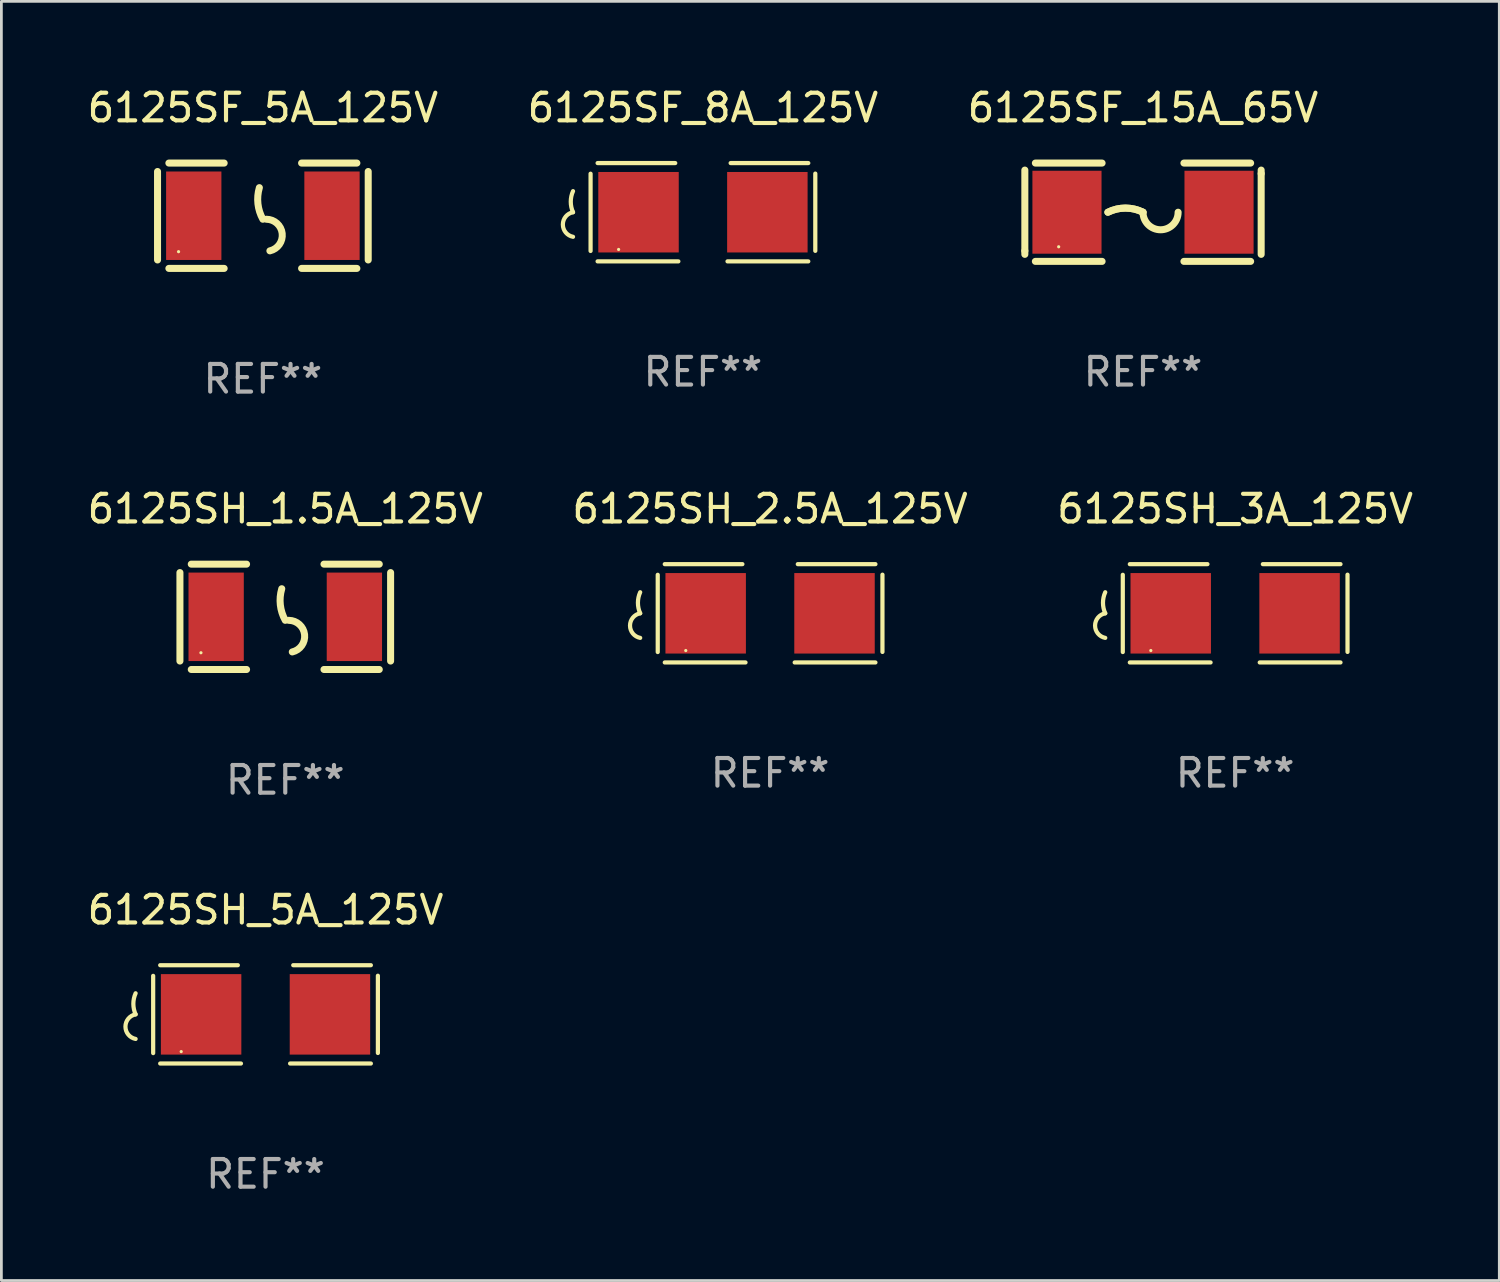
<source format=kicad_pcb>
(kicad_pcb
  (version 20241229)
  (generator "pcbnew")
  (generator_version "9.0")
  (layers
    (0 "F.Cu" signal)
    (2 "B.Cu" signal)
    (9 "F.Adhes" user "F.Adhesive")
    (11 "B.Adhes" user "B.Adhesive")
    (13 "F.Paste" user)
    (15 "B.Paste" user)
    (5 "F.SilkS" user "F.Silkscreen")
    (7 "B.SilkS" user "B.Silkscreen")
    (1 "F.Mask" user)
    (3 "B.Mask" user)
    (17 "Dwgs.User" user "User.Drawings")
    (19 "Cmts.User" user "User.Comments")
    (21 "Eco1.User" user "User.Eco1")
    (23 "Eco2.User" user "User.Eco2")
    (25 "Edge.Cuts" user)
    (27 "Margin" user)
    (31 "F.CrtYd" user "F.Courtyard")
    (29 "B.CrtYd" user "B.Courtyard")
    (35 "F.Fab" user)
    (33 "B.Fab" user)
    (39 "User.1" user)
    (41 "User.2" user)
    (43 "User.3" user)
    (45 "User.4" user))
  (footprint "6125SF_5A_125V"
    (layer "F.Cu")
    (at 6.458 4.753)
    (property "Reference" "6125SF_5A_125V" (at 0 -3.905 0) (layer "F.SilkS") (effects (font (size 1 1) (thickness 0.15))))
    (attr through_hole)
    (fp_line (start -3.81 -1.6) (end -3.81 1.6) (stroke (width 0.254) (type solid)) (layer "F.SilkS"))
    (fp_line (start -3.4 -1.905) (end -1.4 -1.905) (stroke (width 0.254) (type solid)) (layer "F.SilkS"))
    (fp_line (start -3.4 1.905) (end -1.4 1.905) (stroke (width 0.254) (type solid)) (layer "F.SilkS"))
    (fp_line (start 1.4 -1.905) (end 3.4 -1.905) (stroke (width 0.254) (type solid)) (layer "F.SilkS"))
    (fp_line (start 1.4 1.905) (end 3.4 1.905) (stroke (width 0.254) (type solid)) (layer "F.SilkS"))
    (fp_line (start 3.81 -1.6) (end 3.81 1.6) (stroke (width 0.254) (type solid)) (layer "F.SilkS"))
    (fp_arc (start 0 0.127) (mid -0.178599 -0.431712) (end -0.127 -1.016002) (stroke (width 0.254001) (type solid)) (layer "F.SilkS"))
    (fp_arc (start 0.126999 0.127) (mid 0.698883 0.642014) (end 0.254001 1.270003) (stroke (width 0.254001) (type solid)) (layer "F.SilkS"))
    (fp_circle (center -3.05 1.3) (end -3.02 1.3) (stroke (width 0.06) (type solid)) (fill no) (layer "F.SilkS"))
    (fp_text user "REF**" (at 0 5.905 0) (layer "F.Fab") (effects (font (size 1 1) (thickness 0.15))))
    (pad "1" smd rect (at -2.5 0) (size 2 3.2) (layers "F.Cu" "F.Mask" "F.Paste"))
    (pad "2" smd rect (at 2.5 0) (size 2 3.2) (layers "F.Cu" "F.Mask" "F.Paste")))
  (footprint "6125SF_8A_125V"
    (layer "F.Cu")
    (at 22.375 4.626)
    (property "Reference" "6125SF_8A_125V" (at 0 -3.778 0) (layer "F.SilkS") (effects (font (size 1 1) (thickness 0.15))))
    (attr through_hole)
    (fp_line (start -4.064 -1.393) (end -4.064 1.401) (stroke (width 0.152) (type solid)) (layer "F.SilkS"))
    (fp_line (start -3.81 -1.778) (end -1.002 -1.778) (stroke (width 0.152) (type solid)) (layer "F.SilkS"))
    (fp_line (start -0.889 1.778) (end -3.81 1.778) (stroke (width 0.152) (type solid)) (layer "F.SilkS"))
    (fp_line (start 0.889 1.778) (end 3.81 1.778) (stroke (width 0.152) (type solid)) (layer "F.SilkS"))
    (fp_line (start 3.81 -1.778) (end 1.002 -1.778) (stroke (width 0.152) (type solid)) (layer "F.SilkS"))
    (fp_line (start 4.064 -1.397) (end 4.064 1.397) (stroke (width 0.152) (type solid)) (layer "F.SilkS"))
    (fp_arc (start -4.699009 0) (mid -4.780645 -0.381001) (end -4.699009 -0.762002) (stroke (width 0.151994) (type solid)) (layer "F.SilkS"))
    (fp_arc (start -4.699009 0.889002) (mid -5.066697 0.444501) (end -4.699009 0) (stroke (width 0.151994) (type solid)) (layer "F.SilkS"))
    (fp_circle (center -3.05 1.347) (end -3.02 1.347) (stroke (width 0.06) (type solid)) (fill no) (layer "F.SilkS"))
    (fp_text user "REF**" (at 0 5.778 0) (layer "F.Fab") (effects (font (size 1 1) (thickness 0.15))))
    (pad "1" smd rect (at -2.33 0) (size 2.91 2.911) (layers "F.Cu" "F.Mask" "F.Paste"))
    (pad "2" smd rect (at 2.33 0) (size 2.91 2.911) (layers "F.Cu" "F.Mask" "F.Paste")))
  (footprint "6125SH_1.5A_125V"
    (layer "F.Cu")
    (at 7.268 19.26)
    (property "Reference" "6125SH_1.5A_125V" (at 0 -3.905 0) (layer "F.SilkS") (effects (font (size 1 1) (thickness 0.15))))
    (attr through_hole)
    (fp_line (start -3.81 -1.6) (end -3.81 1.6) (stroke (width 0.254) (type solid)) (layer "F.SilkS"))
    (fp_line (start -3.4 -1.905) (end -1.4 -1.905) (stroke (width 0.254) (type solid)) (layer "F.SilkS"))
    (fp_line (start -3.4 1.905) (end -1.4 1.905) (stroke (width 0.254) (type solid)) (layer "F.SilkS"))
    (fp_line (start 1.4 -1.905) (end 3.4 -1.905) (stroke (width 0.254) (type solid)) (layer "F.SilkS"))
    (fp_line (start 1.4 1.905) (end 3.4 1.905) (stroke (width 0.254) (type solid)) (layer "F.SilkS"))
    (fp_line (start 3.81 -1.6) (end 3.81 1.6) (stroke (width 0.254) (type solid)) (layer "F.SilkS"))
    (fp_arc (start 0 0.127) (mid -0.178599 -0.431712) (end -0.127 -1.016002) (stroke (width 0.254001) (type solid)) (layer "F.SilkS"))
    (fp_arc (start 0.126999 0.127) (mid 0.698883 0.642014) (end 0.254001 1.270003) (stroke (width 0.254001) (type solid)) (layer "F.SilkS"))
    (fp_circle (center -3.05 1.3) (end -3.02 1.3) (stroke (width 0.06) (type solid)) (fill no) (layer "F.SilkS"))
    (fp_text user "REF**" (at 0 5.905 0) (layer "F.Fab") (effects (font (size 1 1) (thickness 0.15))))
    (pad "1" smd rect (at -2.5 0) (size 2 3.2) (layers "F.Cu" "F.Mask" "F.Paste"))
    (pad "2" smd rect (at 2.5 0) (size 2 3.2) (layers "F.Cu" "F.Mask" "F.Paste")))
  (footprint "6125SH_5A_125V"
    (layer "F.Cu")
    (at 6.554 33.639)
    (property "Reference" "6125SH_5A_125V" (at 0 -3.778 0) (layer "F.SilkS") (effects (font (size 1 1) (thickness 0.15))))
    (attr through_hole)
    (fp_line (start -4.064 -1.393) (end -4.064 1.401) (stroke (width 0.152) (type solid)) (layer "F.SilkS"))
    (fp_line (start -3.81 -1.778) (end -1.002 -1.778) (stroke (width 0.152) (type solid)) (layer "F.SilkS"))
    (fp_line (start -0.889 1.778) (end -3.81 1.778) (stroke (width 0.152) (type solid)) (layer "F.SilkS"))
    (fp_line (start 0.889 1.778) (end 3.81 1.778) (stroke (width 0.152) (type solid)) (layer "F.SilkS"))
    (fp_line (start 3.81 -1.778) (end 1.002 -1.778) (stroke (width 0.152) (type solid)) (layer "F.SilkS"))
    (fp_line (start 4.064 -1.397) (end 4.064 1.397) (stroke (width 0.152) (type solid)) (layer "F.SilkS"))
    (fp_arc (start -4.699009 0) (mid -4.780645 -0.381001) (end -4.699009 -0.762002) (stroke (width 0.151994) (type solid)) (layer "F.SilkS"))
    (fp_arc (start -4.699009 0.889002) (mid -5.066697 0.444501) (end -4.699009 0) (stroke (width 0.151994) (type solid)) (layer "F.SilkS"))
    (fp_circle (center -3.05 1.347) (end -3.02 1.347) (stroke (width 0.06) (type solid)) (fill no) (layer "F.SilkS"))
    (fp_text user "REF**" (at 0 5.778 0) (layer "F.Fab") (effects (font (size 1 1) (thickness 0.15))))
    (pad "1" smd rect (at -2.33 0) (size 2.91 2.911) (layers "F.Cu" "F.Mask" "F.Paste"))
    (pad "2" smd rect (at 2.33 0) (size 2.91 2.911) (layers "F.Cu" "F.Mask" "F.Paste")))
  (footprint "6125SF_15A_65V"
    (layer "F.Cu")
    (at 38.292 4.626)
    (property "Reference" "6125SF_15A_65V" (at 0 -3.778 0) (layer "F.SilkS") (effects (font (size 1 1) (thickness 0.15))))
    (attr through_hole)
    (fp_line (start -4.274 -1.524) (end -4.274 1.397) (stroke (width 0.254) (type solid)) (layer "F.SilkS"))
    (fp_line (start -4.274 1.397) (end -4.274 1.524) (stroke (width 0.254) (type solid)) (layer "F.SilkS"))
    (fp_line (start -3.893 1.778) (end -1.48 1.778) (stroke (width 0.254) (type solid)) (layer "F.SilkS"))
    (fp_line (start -1.48 -1.778) (end -3.893 -1.778) (stroke (width 0.254) (type solid)) (layer "F.SilkS"))
    (fp_line (start 1.48 1.778) (end 3.893 1.778) (stroke (width 0.254) (type solid)) (layer "F.SilkS"))
    (fp_line (start 3.893 -1.778) (end 1.48 -1.778) (stroke (width 0.254) (type solid)) (layer "F.SilkS"))
    (fp_line (start 4.274 -1.397) (end 4.274 -1.524) (stroke (width 0.254) (type solid)) (layer "F.SilkS"))
    (fp_line (start 4.274 1.524) (end 4.274 -1.397) (stroke (width 0.254) (type solid)) (layer "F.SilkS"))
    (fp_arc (start -1.26999 0) (mid -0.634989 -0.149903) (end 0.000013 0) (stroke (width 0.254001) (type solid)) (layer "F.SilkS"))
    (fp_arc (start -1.26999 0) (mid -0.634989 -0.149903) (end 0.000013 0) (stroke (width 0.254001) (type solid)) (layer "F.SilkS"))
    (fp_arc (start 1.270015 0) (mid 0.635014 0.635001) (end 0.000013 0) (stroke (width 0.254001) (type solid)) (layer "F.SilkS"))
    (fp_circle (center -3.05 1.25) (end -3.02 1.25) (stroke (width 0.06) (type solid)) (fill no) (layer "F.SilkS"))
    (fp_text user "REF**" (at 0 5.778 0) (layer "F.Fab") (effects (font (size 1 1) (thickness 0.15))))
    (pad "1" smd rect (at -2.75 0) (size 2.5 3) (layers "F.Cu" "F.Mask" "F.Paste"))
    (pad "2" smd rect (at 2.75 0) (size 2.5 3) (layers "F.Cu" "F.Mask" "F.Paste")))
  (footprint "6125SH_3A_125V"
    (layer "F.Cu")
    (at 41.625 19.133)
    (property "Reference" "6125SH_3A_125V" (at 0 -3.778 0) (layer "F.SilkS") (effects (font (size 1 1) (thickness 0.15))))
    (attr through_hole)
    (fp_line (start -4.064 -1.393) (end -4.064 1.401) (stroke (width 0.152) (type solid)) (layer "F.SilkS"))
    (fp_line (start -3.81 -1.778) (end -1.002 -1.778) (stroke (width 0.152) (type solid)) (layer "F.SilkS"))
    (fp_line (start -0.889 1.778) (end -3.81 1.778) (stroke (width 0.152) (type solid)) (layer "F.SilkS"))
    (fp_line (start 0.889 1.778) (end 3.81 1.778) (stroke (width 0.152) (type solid)) (layer "F.SilkS"))
    (fp_line (start 3.81 -1.778) (end 1.002 -1.778) (stroke (width 0.152) (type solid)) (layer "F.SilkS"))
    (fp_line (start 4.064 -1.397) (end 4.064 1.397) (stroke (width 0.152) (type solid)) (layer "F.SilkS"))
    (fp_arc (start -4.699009 0) (mid -4.780645 -0.381001) (end -4.699009 -0.762002) (stroke (width 0.151994) (type solid)) (layer "F.SilkS"))
    (fp_arc (start -4.699009 0.889002) (mid -5.066697 0.444501) (end -4.699009 0) (stroke (width 0.151994) (type solid)) (layer "F.SilkS"))
    (fp_circle (center -3.05 1.347) (end -3.02 1.347) (stroke (width 0.06) (type solid)) (fill no) (layer "F.SilkS"))
    (fp_text user "REF**" (at 0 5.778 0) (layer "F.Fab") (effects (font (size 1 1) (thickness 0.15))))
    (pad "1" smd rect (at -2.33 0) (size 2.91 2.911) (layers "F.Cu" "F.Mask" "F.Paste"))
    (pad "2" smd rect (at 2.33 0) (size 2.91 2.911) (layers "F.Cu" "F.Mask" "F.Paste")))
  (footprint "6125SH_2.5A_125V"
    (layer "F.Cu")
    (at 24.804 19.133)
    (property "Reference" "6125SH_2.5A_125V" (at 0 -3.778 0) (layer "F.SilkS") (effects (font (size 1 1) (thickness 0.15))))
    (attr through_hole)
    (fp_line (start -4.064 -1.393) (end -4.064 1.401) (stroke (width 0.152) (type solid)) (layer "F.SilkS"))
    (fp_line (start -3.81 -1.778) (end -1.002 -1.778) (stroke (width 0.152) (type solid)) (layer "F.SilkS"))
    (fp_line (start -0.889 1.778) (end -3.81 1.778) (stroke (width 0.152) (type solid)) (layer "F.SilkS"))
    (fp_line (start 0.889 1.778) (end 3.81 1.778) (stroke (width 0.152) (type solid)) (layer "F.SilkS"))
    (fp_line (start 3.81 -1.778) (end 1.002 -1.778) (stroke (width 0.152) (type solid)) (layer "F.SilkS"))
    (fp_line (start 4.064 -1.397) (end 4.064 1.397) (stroke (width 0.152) (type solid)) (layer "F.SilkS"))
    (fp_arc (start -4.699009 0) (mid -4.780645 -0.381001) (end -4.699009 -0.762002) (stroke (width 0.151994) (type solid)) (layer "F.SilkS"))
    (fp_arc (start -4.699009 0.889002) (mid -5.066697 0.444501) (end -4.699009 0) (stroke (width 0.151994) (type solid)) (layer "F.SilkS"))
    (fp_circle (center -3.05 1.347) (end -3.02 1.347) (stroke (width 0.06) (type solid)) (fill no) (layer "F.SilkS"))
    (fp_text user "REF**" (at 0 5.778 0) (layer "F.Fab") (effects (font (size 1 1) (thickness 0.15))))
    (pad "1" smd rect (at -2.33 0) (size 2.91 2.911) (layers "F.Cu" "F.Mask" "F.Paste"))
    (pad "2" smd rect (at 2.33 0) (size 2.91 2.911) (layers "F.Cu" "F.Mask" "F.Paste")))
  (gr_rect
    (start -3 -3)
    (end 51.179 43.266)
    (stroke (width 0.1) (type default))
    (fill no)
    (layer "Edge.Cuts")))
</source>
